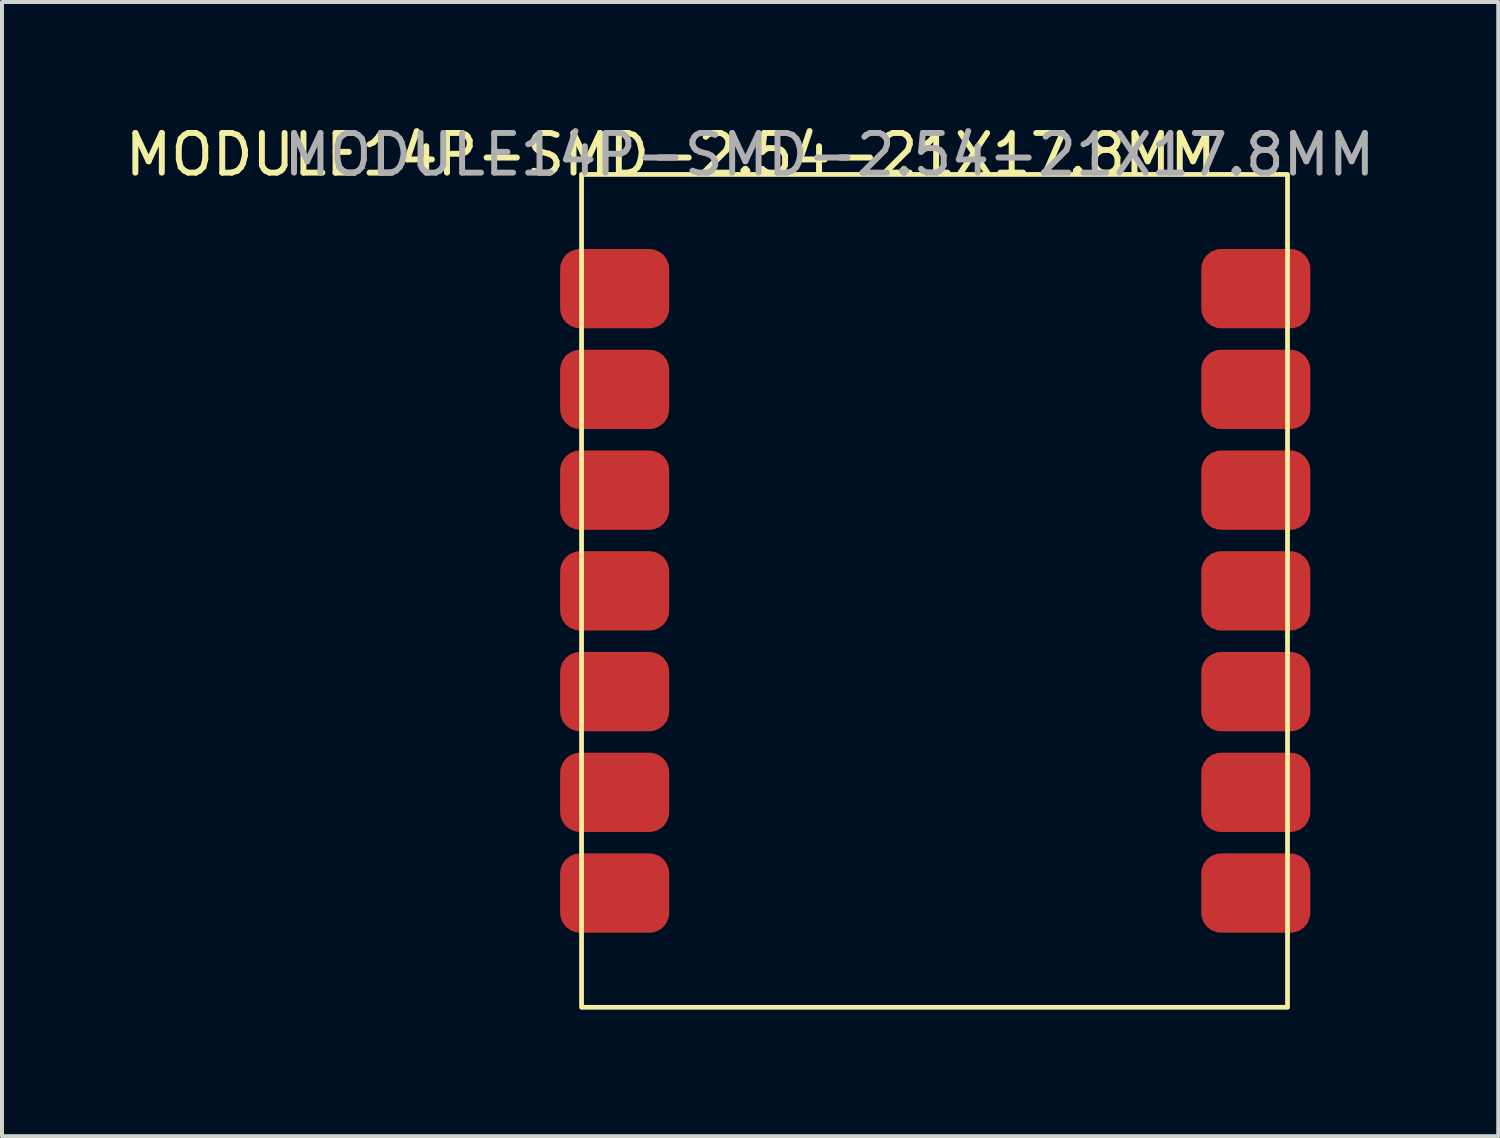
<source format=kicad_pcb>
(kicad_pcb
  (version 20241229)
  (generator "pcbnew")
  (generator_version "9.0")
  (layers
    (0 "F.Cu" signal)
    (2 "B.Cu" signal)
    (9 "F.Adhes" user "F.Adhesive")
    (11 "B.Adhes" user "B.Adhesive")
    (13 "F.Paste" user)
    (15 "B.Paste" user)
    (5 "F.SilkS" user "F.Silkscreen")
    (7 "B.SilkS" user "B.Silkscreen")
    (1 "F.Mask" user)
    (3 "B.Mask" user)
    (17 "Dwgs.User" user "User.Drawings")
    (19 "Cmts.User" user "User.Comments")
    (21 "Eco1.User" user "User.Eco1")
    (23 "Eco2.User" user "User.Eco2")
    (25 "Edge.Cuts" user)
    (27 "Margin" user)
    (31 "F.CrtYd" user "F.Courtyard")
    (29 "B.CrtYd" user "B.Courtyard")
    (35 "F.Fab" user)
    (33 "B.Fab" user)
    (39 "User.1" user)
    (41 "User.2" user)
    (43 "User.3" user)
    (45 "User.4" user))
  (footprint "MODULE14P-SMD-2.54-21X17.8MM"
    (layer "F.Cu")
    (at 11.613 22.348)
    (property "Reference" "MODULE14P-SMD-2.54-21X17.8MM" (at 2.25 -21.5 0) (unlocked yes) (layer "F.SilkS") (effects (font (size 1 1) (thickness 0.15))))
    (attr smd)
    (fp_rect (start 0 -21) (end 17.8 0) (stroke (width 0.12) (type solid)) (fill no) (layer "F.SilkS"))
    (fp_text user "${REFERENCE}" (at 6.25 -21.5 0) (unlocked yes) (layer "F.Fab") (effects (font (size 1 1) (thickness 0.15))))
    (pad "1" smd roundrect (at 0.835 -18.12) (size 2.75 2) (layers "F.Cu" "F.Mask" "F.Paste") (roundrect_rratio 0.25))
    (pad "2" smd roundrect (at 0.835 -15.58) (size 2.75 2) (layers "F.Cu" "F.Mask" "F.Paste") (roundrect_rratio 0.25))
    (pad "3" smd roundrect (at 0.835 -13.04) (size 2.75 2) (layers "F.Cu" "F.Mask" "F.Paste") (roundrect_rratio 0.25))
    (pad "4" smd roundrect (at 0.835 -10.5) (size 2.75 2) (layers "F.Cu" "F.Mask" "F.Paste") (roundrect_rratio 0.25))
    (pad "5" smd roundrect (at 0.835 -7.96) (size 2.75 2) (layers "F.Cu" "F.Mask" "F.Paste") (roundrect_rratio 0.25))
    (pad "6" smd roundrect (at 0.835 -5.42) (size 2.75 2) (layers "F.Cu" "F.Mask" "F.Paste") (roundrect_rratio 0.25))
    (pad "7" smd roundrect (at 0.835 -2.88) (size 2.75 2) (layers "F.Cu" "F.Mask" "F.Paste") (roundrect_rratio 0.25))
    (pad "8" smd roundrect (at 17 -2.88) (size 2.75 2) (layers "F.Cu" "F.Mask" "F.Paste") (roundrect_rratio 0.25))
    (pad "9" smd roundrect (at 17 -5.42) (size 2.75 2) (layers "F.Cu" "F.Mask" "F.Paste") (roundrect_rratio 0.25))
    (pad "10" smd roundrect (at 17 -7.96) (size 2.75 2) (layers "F.Cu" "F.Mask" "F.Paste") (roundrect_rratio 0.25))
    (pad "11" smd roundrect (at 17 -10.5) (size 2.75 2) (layers "F.Cu" "F.Mask" "F.Paste") (roundrect_rratio 0.25))
    (pad "12" smd roundrect (at 17 -13.04) (size 2.75 2) (layers "F.Cu" "F.Mask" "F.Paste") (roundrect_rratio 0.25))
    (pad "13" smd roundrect (at 17 -15.58) (size 2.75 2) (layers "F.Cu" "F.Mask" "F.Paste") (roundrect_rratio 0.25))
    (pad "14" smd roundrect (at 17 -18.12) (size 2.75 2) (layers "F.Cu" "F.Mask" "F.Paste") (roundrect_rratio 0.25)))
  (gr_rect
    (start -3 -3)
    (end 34.726 25.598)
    (stroke (width 0.1) (type default))
    (fill no)
    (layer "Edge.Cuts")))
</source>
